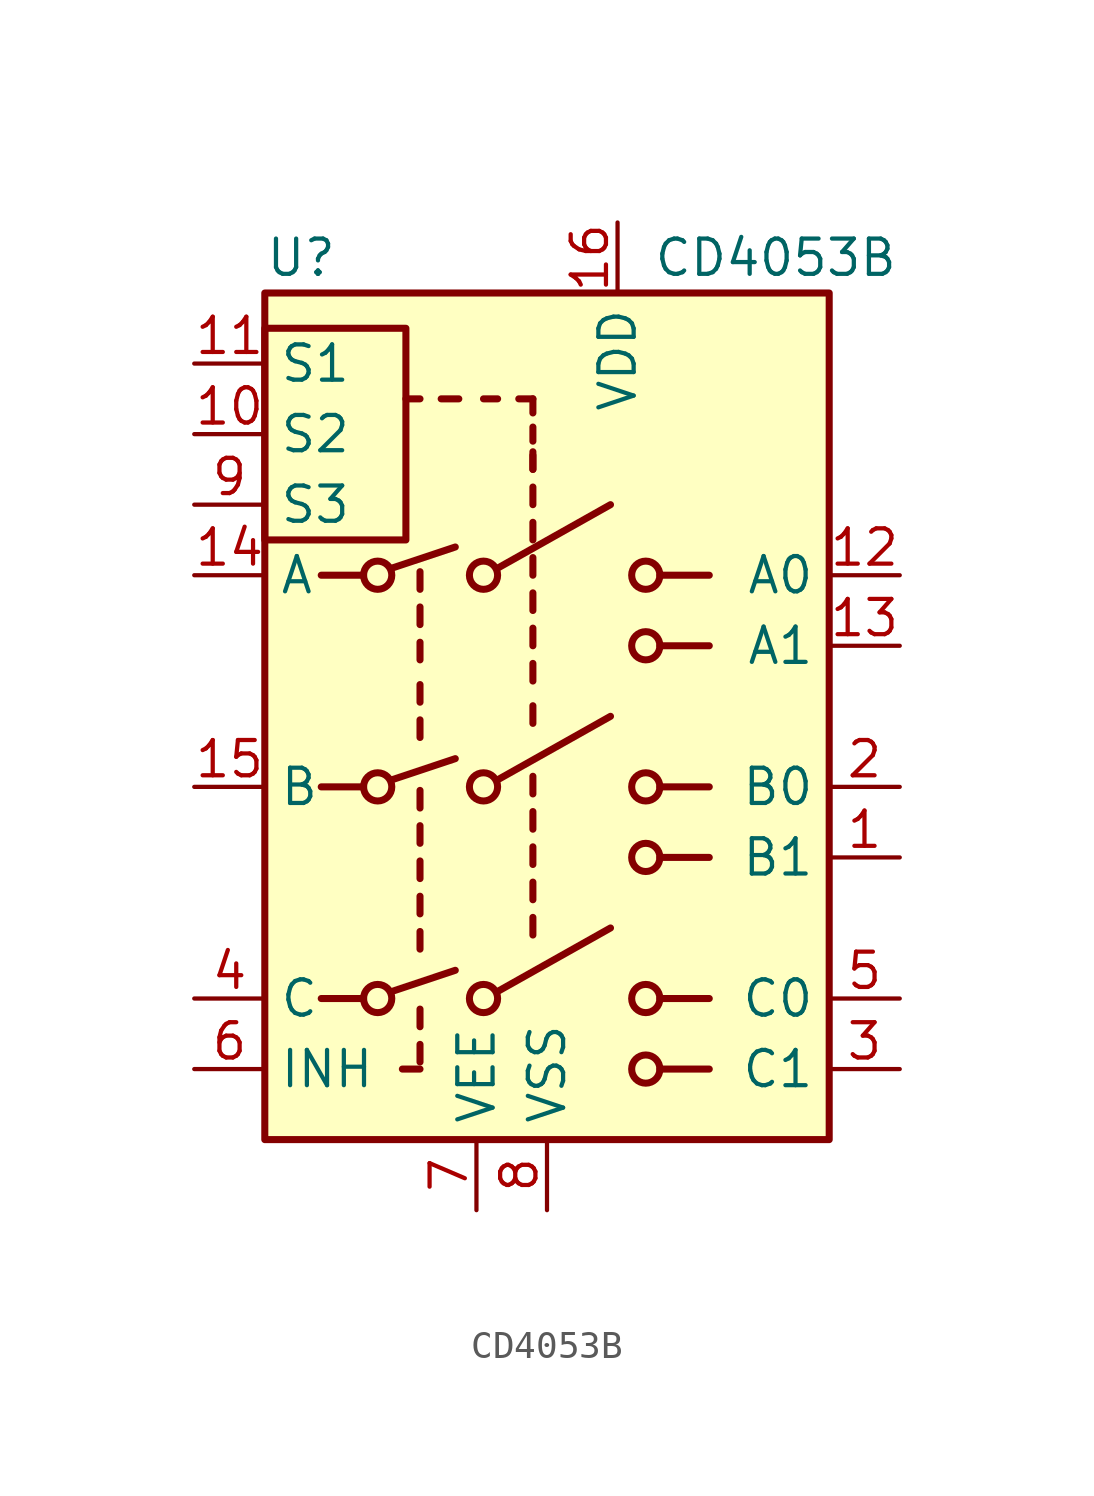
<source format=kicad_sym>
(kicad_symbol_lib
  (version 20241209)
  (generator "kicad_symbol_editor")
  (generator_version "9.0")
  (symbol "CD4053B"
    (property "Reference" "U"
      (at -10.16 16.51 0)
      (effects (font (size 1.27 1.27)) (justify left)))
    (property "Value" "CD4053B"
      (at 3.81 16.51 0)
      (effects (font (size 1.27 1.27)) (justify left)))
    (symbol "CD4053B_0_1"
      (rectangle (start -10.16 15.24) (end 10.16 -15.24) (stroke (width 0.254) (type default)) (fill (type background)))
      (rectangle (start -10.16 6.35) (end -5.08 13.97) (stroke (width 0.254) (type default)) (fill (type none)))
      (polyline (pts (xy -8.128 5.08) (xy -6.604 5.08)) (stroke (width 0.254) (type default)) (fill (type none)))
      (polyline (pts (xy -8.128 -2.54) (xy -6.604 -2.54)) (stroke (width 0.254) (type default)) (fill (type none)))
      (polyline (pts (xy -8.128 -10.16) (xy -6.604 -10.16)) (stroke (width 0.254) (type default)) (fill (type none)))
      (circle (center -6.096 5.08) (radius 0.508) (stroke (width 0.254) (type default)) (fill (type none)))
      (circle (center -6.096 -2.54) (radius 0.508) (stroke (width 0.254) (type default)) (fill (type none)))
      (circle (center -6.096 -10.16) (radius 0.508) (stroke (width 0.254) (type default)) (fill (type none)))
      (polyline (pts (xy -5.588 5.334) (xy -3.302 6.096)) (stroke (width 0.254) (type default)) (fill (type none)))
      (polyline (pts (xy -5.588 -2.286) (xy -3.302 -1.524)) (stroke (width 0.254) (type default)) (fill (type none)))
      (polyline (pts (xy -5.588 -9.906) (xy -3.302 -9.144)) (stroke (width 0.254) (type default)) (fill (type none)))
      (polyline (pts (xy -4.572 11.43) (xy -5.08 11.43)) (stroke (width 0.254) (type default)) (fill (type none)))
      (polyline (pts (xy -4.572 4.572) (xy -4.572 5.207)) (stroke (width 0.254) (type default)) (fill (type none)))
      (polyline (pts (xy -4.572 3.302) (xy -4.572 3.937)) (stroke (width 0.254) (type default)) (fill (type none)))
      (polyline (pts (xy -4.572 2.032) (xy -4.572 2.667)) (stroke (width 0.254) (type default)) (fill (type none)))
      (polyline (pts (xy -4.572 0.508) (xy -4.572 1.143)) (stroke (width 0.254) (type default)) (fill (type none)))
      (polyline (pts (xy -4.572 -0.762) (xy -4.572 -0.127)) (stroke (width 0.254) (type default)) (fill (type none)))
      (polyline (pts (xy -4.572 -3.302) (xy -4.572 -2.667)) (stroke (width 0.254) (type default)) (fill (type none)))
      (polyline (pts (xy -4.572 -4.572) (xy -4.572 -3.937)) (stroke (width 0.254) (type default)) (fill (type none)))
      (polyline (pts (xy -4.572 -5.842) (xy -4.572 -5.207)) (stroke (width 0.254) (type default)) (fill (type none)))
      (polyline (pts (xy -4.572 -7.112) (xy -4.572 -6.477)) (stroke (width 0.254) (type default)) (fill (type none)))
      (polyline (pts (xy -4.572 -8.382) (xy -4.572 -7.747)) (stroke (width 0.254) (type default)) (fill (type none)))
      (polyline (pts (xy -4.572 -11.176) (xy -4.572 -10.541)) (stroke (width 0.254) (type default)) (fill (type none)))
      (polyline (pts (xy -4.572 -12.446) (xy -4.572 -11.811)) (stroke (width 0.254) (type default)) (fill (type none)))
      (polyline (pts (xy -4.572 -12.7) (xy -5.207 -12.7)) (stroke (width 0.254) (type default)) (fill (type none)))
      (polyline (pts (xy -3.81 11.43) (xy -3.175 11.43)) (stroke (width 0.254) (type default)) (fill (type none)))
      (circle (center -2.286 5.08) (radius 0.508) (stroke (width 0.254) (type default)) (fill (type none)))
      (circle (center -2.286 -2.54) (radius 0.508) (stroke (width 0.254) (type default)) (fill (type none)))
      (circle (center -2.286 -10.16) (radius 0.508) (stroke (width 0.254) (type default)) (fill (type none)))
      (polyline (pts (xy -1.778 11.43) (xy -2.286 11.43)) (stroke (width 0.254) (type default)) (fill (type none)))
      (polyline (pts (xy -1.778 5.334) (xy 2.286 7.62)) (stroke (width 0.254) (type default)) (fill (type none)))
      (polyline (pts (xy -1.778 -2.286) (xy 2.286 0)) (stroke (width 0.254) (type default)) (fill (type none)))
      (polyline (pts (xy -1.778 -9.906) (xy 2.286 -7.62)) (stroke (width 0.254) (type default)) (fill (type none)))
      (polyline (pts (xy -0.508 11.43) (xy -1.016 11.43)) (stroke (width 0.254) (type default)) (fill (type none)))
      (polyline (pts (xy -0.508 10.922) (xy -0.508 11.43)) (stroke (width 0.254) (type default)) (fill (type none)))
      (polyline (pts (xy -0.508 9.906) (xy -0.508 10.414)) (stroke (width 0.254) (type default)) (fill (type none)))
      (polyline (pts (xy -0.508 8.89) (xy -0.508 9.525)) (stroke (width 0.254) (type default)) (fill (type none)))
      (polyline (pts (xy -0.508 8.89) (xy -0.508 9.398)) (stroke (width 0.254) (type default)) (fill (type none)))
      (polyline (pts (xy -0.508 7.62) (xy -0.508 8.255)) (stroke (width 0.254) (type default)) (fill (type none)))
      (polyline (pts (xy -0.508 6.35) (xy -0.508 6.985)) (stroke (width 0.254) (type default)) (fill (type none)))
      (polyline (pts (xy -0.508 5.08) (xy -0.508 5.715)) (stroke (width 0.254) (type default)) (fill (type none)))
      (polyline (pts (xy -0.508 3.81) (xy -0.508 4.445)) (stroke (width 0.254) (type default)) (fill (type none)))
      (polyline (pts (xy -0.508 2.54) (xy -0.508 3.175)) (stroke (width 0.254) (type default)) (fill (type none)))
      (polyline (pts (xy -0.508 1.27) (xy -0.508 1.905)) (stroke (width 0.254) (type default)) (fill (type none)))
      (polyline (pts (xy -0.508 -0.254) (xy -0.508 0.381)) (stroke (width 0.254) (type default)) (fill (type none)))
      (polyline (pts (xy -0.508 -2.794) (xy -0.508 -2.159)) (stroke (width 0.254) (type default)) (fill (type none)))
      (polyline (pts (xy -0.508 -4.064) (xy -0.508 -3.429)) (stroke (width 0.254) (type default)) (fill (type none)))
      (polyline (pts (xy -0.508 -5.334) (xy -0.508 -4.699)) (stroke (width 0.254) (type default)) (fill (type none)))
      (polyline (pts (xy -0.508 -6.604) (xy -0.508 -5.969)) (stroke (width 0.254) (type default)) (fill (type none)))
      (polyline (pts (xy -0.508 -7.874) (xy -0.508 -7.239)) (stroke (width 0.254) (type default)) (fill (type none)))
      (circle (center 3.556 5.08) (radius 0.508) (stroke (width 0.254) (type default)) (fill (type none)))
      (circle (center 3.556 2.54) (radius 0.508) (stroke (width 0.254) (type default)) (fill (type none)))
      (circle (center 3.556 -2.54) (radius 0.508) (stroke (width 0.254) (type default)) (fill (type none)))
      (circle (center 3.556 -5.08) (radius 0.508) (stroke (width 0.254) (type default)) (fill (type none)))
      (circle (center 3.556 -10.16) (radius 0.508) (stroke (width 0.254) (type default)) (fill (type none)))
      (circle (center 3.556 -12.7) (radius 0.508) (stroke (width 0.254) (type default)) (fill (type none)))
      (polyline (pts (xy 4.064 5.08) (xy 5.842 5.08)) (stroke (width 0.254) (type default)) (fill (type none)))
      (polyline (pts (xy 4.064 2.54) (xy 5.842 2.54)) (stroke (width 0.254) (type default)) (fill (type none)))
      (polyline (pts (xy 4.064 -2.54) (xy 5.842 -2.54)) (stroke (width 0.254) (type default)) (fill (type none)))
      (polyline (pts (xy 4.064 -5.08) (xy 5.842 -5.08)) (stroke (width 0.254) (type default)) (fill (type none)))
      (polyline (pts (xy 4.064 -10.16) (xy 5.842 -10.16)) (stroke (width 0.254) (type default)) (fill (type none)))
      (polyline (pts (xy 4.064 -12.7) (xy 5.842 -12.7)) (stroke (width 0.254) (type default)) (fill (type none))))
    (symbol "CD4053B_1_1"
      (pin input line (at -12.7 12.7 0) (length 2.54) (name "S1" (effects (font (size 1.27 1.27)))) (number "11" (effects (font (size 1.27 1.27)))))
      (pin input line (at -12.7 10.16 0) (length 2.54) (name "S2" (effects (font (size 1.27 1.27)))) (number "10" (effects (font (size 1.27 1.27)))))
      (pin input line (at -12.7 7.62 0) (length 2.54) (name "S3" (effects (font (size 1.27 1.27)))) (number "9" (effects (font (size 1.27 1.27)))))
      (pin bidirectional line (at -12.7 5.08 0) (length 2.54) (name "A" (effects (font (size 1.27 1.27)))) (number "14" (effects (font (size 1.27 1.27)))))
      (pin bidirectional line (at -12.7 -2.54 0) (length 2.54) (name "B" (effects (font (size 1.27 1.27)))) (number "15" (effects (font (size 1.27 1.27)))))
      (pin bidirectional line (at -12.7 -10.16 0) (length 2.54) (name "C" (effects (font (size 1.27 1.27)))) (number "4" (effects (font (size 1.27 1.27)))))
      (pin input line (at -12.7 -12.7 0) (length 2.54) (name "INH" (effects (font (size 1.27 1.27)))) (number "6" (effects (font (size 1.27 1.27)))))
      (pin power_in line (at -2.54 -17.78 90) (length 2.54) (name "VEE" (effects (font (size 1.27 1.27)))) (number "7" (effects (font (size 1.27 1.27)))))
      (pin power_in line (at 0 -17.78 90) (length 2.54) (name "VSS" (effects (font (size 1.27 1.27)))) (number "8" (effects (font (size 1.27 1.27)))))
      (pin power_in line (at 2.54 17.78 270) (length 2.54) (name "VDD" (effects (font (size 1.27 1.27)))) (number "16" (effects (font (size 1.27 1.27)))))
      (pin bidirectional line (at 12.7 5.08 180) (length 2.54) (name "A0" (effects (font (size 1.27 1.27)))) (number "12" (effects (font (size 1.27 1.27)))))
      (pin bidirectional line (at 12.7 2.54 180) (length 2.54) (name "A1" (effects (font (size 1.27 1.27)))) (number "13" (effects (font (size 1.27 1.27)))))
      (pin bidirectional line (at 12.7 -2.54 180) (length 2.54) (name "B0" (effects (font (size 1.27 1.27)))) (number "2" (effects (font (size 1.27 1.27)))))
      (pin bidirectional line (at 12.7 -5.08 180) (length 2.54) (name "B1" (effects (font (size 1.27 1.27)))) (number "1" (effects (font (size 1.27 1.27)))))
      (pin bidirectional line (at 12.7 -10.16 180) (length 2.54) (name "C0" (effects (font (size 1.27 1.27)))) (number "5" (effects (font (size 1.27 1.27)))))
      (pin bidirectional line (at 12.7 -12.7 180) (length 2.54) (name "C1" (effects (font (size 1.27 1.27)))) (number "3" (effects (font (size 1.27 1.27))))))))
</source>
